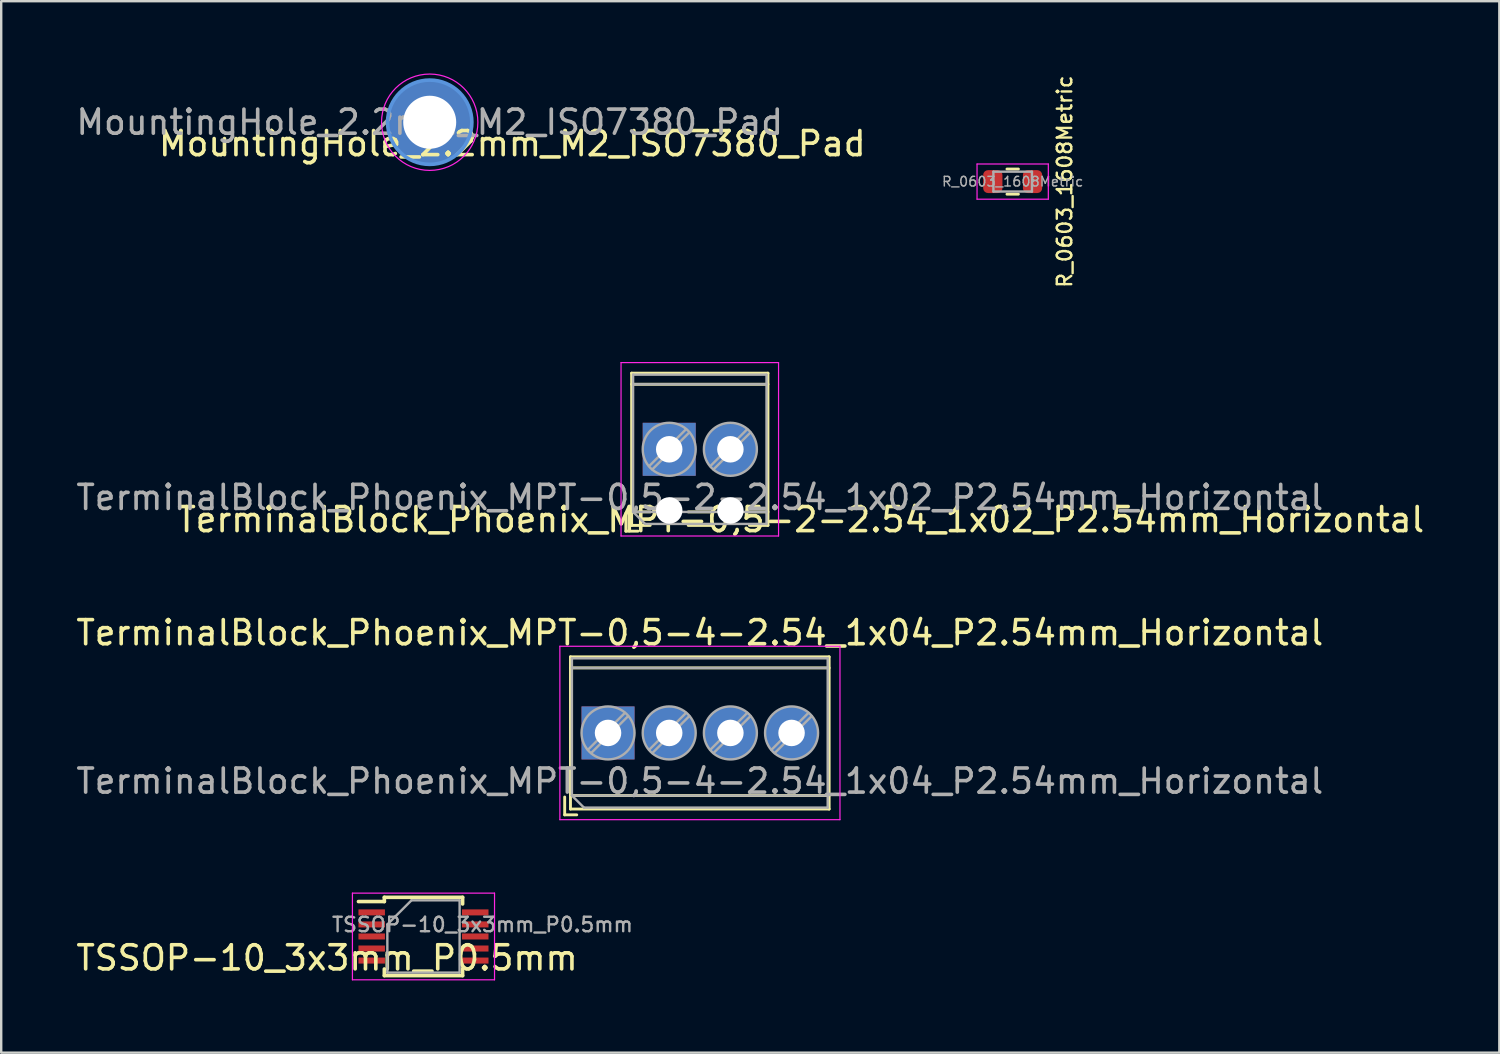
<source format=kicad_pcb>
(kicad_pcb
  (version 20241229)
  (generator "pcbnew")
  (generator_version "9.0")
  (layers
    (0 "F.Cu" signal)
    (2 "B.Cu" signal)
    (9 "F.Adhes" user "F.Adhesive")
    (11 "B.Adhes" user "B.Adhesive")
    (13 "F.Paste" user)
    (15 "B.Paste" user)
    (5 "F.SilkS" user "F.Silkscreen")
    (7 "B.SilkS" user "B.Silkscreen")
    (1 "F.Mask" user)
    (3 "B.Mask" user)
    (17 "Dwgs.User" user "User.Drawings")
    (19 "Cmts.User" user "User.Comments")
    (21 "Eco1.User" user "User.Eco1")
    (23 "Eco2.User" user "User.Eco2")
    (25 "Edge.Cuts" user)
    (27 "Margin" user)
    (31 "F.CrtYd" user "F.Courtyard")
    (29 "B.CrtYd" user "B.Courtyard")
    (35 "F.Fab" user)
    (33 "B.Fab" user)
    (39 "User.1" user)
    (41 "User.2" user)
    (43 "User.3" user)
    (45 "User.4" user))
  (footprint "MountingHole_2.2mm_M2_ISO7380_Pad"
    (layer "F.Cu")
    (at 14.792 2.025)
    (property "Reference" "MountingHole_2.2mm_M2_ISO7380_Pad" (at 3.43 0.89 0) (layer "F.SilkS") (effects (font (size 1 1) (thickness 0.15))))
    (attr exclude_from_pos_files)
    (fp_circle (center 0 0) (end 1.75 0) (stroke (width 0.15) (type solid)) (fill no) (layer "Cmts.User"))
    (fp_circle (center 0 0) (end 2 0) (stroke (width 0.05) (type solid)) (fill no) (layer "F.CrtYd"))
    (fp_text user "${REFERENCE}" (at 0 0 0) (layer "F.Fab") (effects (font (size 1 1) (thickness 0.15))))
    (pad "1" thru_hole circle (at 0 0) (size 3.5 3.5) (drill 2.2) (layers "*.Cu" "*.Mask")))
  (footprint "R_0603_1608Metric"
    (layer "F.Cu")
    (at 38.997 4.49)
    (property "Reference" "R_0603_1608Metric" (at 2.159 0 270) (layer "F.SilkS") (effects (font (size 0.6 0.6) (thickness 0.1) (bold yes))))
    (attr smd)
    (fp_line (start -0.237 -0.522) (end 0.237 -0.522) (stroke (width 0.12) (type solid)) (layer "F.SilkS"))
    (fp_line (start -0.237 0.522) (end 0.237 0.522) (stroke (width 0.12) (type solid)) (layer "F.SilkS"))
    (fp_line (start -1.48 -0.73) (end 1.48 -0.73) (stroke (width 0.05) (type solid)) (layer "F.CrtYd"))
    (fp_line (start -1.48 0.73) (end -1.48 -0.73) (stroke (width 0.05) (type solid)) (layer "F.CrtYd"))
    (fp_line (start 1.48 -0.73) (end 1.48 0.73) (stroke (width 0.05) (type solid)) (layer "F.CrtYd"))
    (fp_line (start 1.48 0.73) (end -1.48 0.73) (stroke (width 0.05) (type solid)) (layer "F.CrtYd"))
    (fp_line (start -0.8 -0.412) (end 0.8 -0.412) (stroke (width 0.1) (type solid)) (layer "F.Fab"))
    (fp_line (start -0.8 0.412) (end -0.8 -0.412) (stroke (width 0.1) (type solid)) (layer "F.Fab"))
    (fp_line (start 0.8 -0.412) (end 0.8 0.412) (stroke (width 0.1) (type solid)) (layer "F.Fab"))
    (fp_line (start 0.8 0.412) (end -0.8 0.412) (stroke (width 0.1) (type solid)) (layer "F.Fab"))
    (fp_text user "${REFERENCE}" (at 0 0 0) (layer "F.Fab") (effects (font (size 0.4 0.4) (thickness 0.06))))
    (pad "1" smd roundrect (at -0.825 0) (size 0.8 0.95) (layers "F.Cu" "F.Mask" "F.Paste") (roundrect_rratio 0.25))
    (pad "2" smd roundrect (at 0.825 0) (size 0.8 0.95) (layers "F.Cu" "F.Mask" "F.Paste") (roundrect_rratio 0.25)))
  (footprint "TSSOP-10_3x3mm_P0.5mm"
    (layer "F.Cu")
    (at 14.533 35.833)
    (property "Reference" "TSSOP-10_3x3mm_P0.5mm" (at -4.003 0.889 0) (layer "F.SilkS") (effects (font (size 1 1) (thickness 0.15))))
    (attr smd)
    (fp_line (start -1.625 -1.625) (end -1.625 -1.45) (stroke (width 0.15) (type solid)) (layer "F.SilkS"))
    (fp_line (start -1.625 -1.625) (end 1.625 -1.625) (stroke (width 0.15) (type solid)) (layer "F.SilkS"))
    (fp_line (start -1.625 -1.45) (end -2.7 -1.45) (stroke (width 0.15) (type solid)) (layer "F.SilkS"))
    (fp_line (start -1.625 1.625) (end -1.625 1.35) (stroke (width 0.15) (type solid)) (layer "F.SilkS"))
    (fp_line (start -1.625 1.625) (end 1.625 1.625) (stroke (width 0.15) (type solid)) (layer "F.SilkS"))
    (fp_line (start 1.625 -1.625) (end 1.625 -1.35) (stroke (width 0.15) (type solid)) (layer "F.SilkS"))
    (fp_line (start 1.625 1.625) (end 1.625 1.35) (stroke (width 0.15) (type solid)) (layer "F.SilkS"))
    (fp_line (start -2.95 -1.8) (end -2.95 1.8) (stroke (width 0.05) (type solid)) (layer "F.CrtYd"))
    (fp_line (start -2.95 -1.8) (end 2.95 -1.8) (stroke (width 0.05) (type solid)) (layer "F.CrtYd"))
    (fp_line (start -2.95 1.8) (end 2.95 1.8) (stroke (width 0.05) (type solid)) (layer "F.CrtYd"))
    (fp_line (start 2.95 -1.8) (end 2.95 1.8) (stroke (width 0.05) (type solid)) (layer "F.CrtYd"))
    (fp_line (start -1.5 -0.5) (end -0.5 -1.5) (stroke (width 0.1) (type solid)) (layer "F.Fab"))
    (fp_line (start -1.5 1.5) (end -1.5 -0.5) (stroke (width 0.1) (type solid)) (layer "F.Fab"))
    (fp_line (start -0.5 -1.5) (end 1.5 -1.5) (stroke (width 0.1) (type solid)) (layer "F.Fab"))
    (fp_line (start 1.5 -1.5) (end 1.5 1.5) (stroke (width 0.1) (type solid)) (layer "F.Fab"))
    (fp_line (start 1.5 1.5) (end -1.5 1.5) (stroke (width 0.1) (type solid)) (layer "F.Fab"))
    (fp_text user "${REFERENCE}" (at 2.449 -0.492 0) (layer "F.Fab") (effects (font (size 0.6 0.6) (thickness 0.1))))
    (pad "1" smd rect (at -2.15 -1) (size 1.1 0.25) (layers "F.Cu" "F.Mask" "F.Paste"))
    (pad "2" smd rect (at -2.15 -0.5) (size 1.1 0.25) (layers "F.Cu" "F.Mask" "F.Paste"))
    (pad "3" smd rect (at -2.15 0) (size 1.1 0.25) (layers "F.Cu" "F.Mask" "F.Paste"))
    (pad "4" smd rect (at -2.15 0.5) (size 1.1 0.25) (layers "F.Cu" "F.Mask" "F.Paste"))
    (pad "5" smd rect (at -2.15 1) (size 1.1 0.25) (layers "F.Cu" "F.Mask" "F.Paste"))
    (pad "6" smd rect (at 2.15 1) (size 1.1 0.25) (layers "F.Cu" "F.Mask" "F.Paste"))
    (pad "7" smd rect (at 2.15 0.5) (size 1.1 0.25) (layers "F.Cu" "F.Mask" "F.Paste"))
    (pad "8" smd rect (at 2.15 0) (size 1.1 0.25) (layers "F.Cu" "F.Mask" "F.Paste"))
    (pad "9" smd rect (at 2.15 -0.5) (size 1.1 0.25) (layers "F.Cu" "F.Mask" "F.Paste"))
    (pad "10" smd rect (at 2.15 -1) (size 1.1 0.25) (layers "F.Cu" "F.Mask" "F.Paste")))
  (footprint "TerminalBlock_Phoenix_MPT-0,5-4-2.54_1x04_P2.54mm_Horizontal"
    (layer "F.Cu")
    (at 22.263 27.45)
    (property "Reference" "TerminalBlock_Phoenix_MPT-0,5-4-2.54_1x04_P2.54mm_Horizontal" (at 3.743 -4.228 0) (layer "F.SilkS") (effects (font (size 1 1) (thickness 0.15))))
    (attr through_hole)
    (fp_line (start -1.867 2.592) (end -1.867 3.333) (stroke (width 0.12) (type solid)) (layer "F.SilkS"))
    (fp_line (start -1.867 3.333) (end -1.367 3.333) (stroke (width 0.12) (type solid)) (layer "F.SilkS"))
    (fp_line (start -1.627 -3.228) (end -1.627 3.092) (stroke (width 0.12) (type solid)) (layer "F.SilkS"))
    (fp_line (start -1.627 -3.228) (end 9.113 -3.228) (stroke (width 0.12) (type solid)) (layer "F.SilkS"))
    (fp_line (start -1.627 -2.768) (end 9.113 -2.768) (stroke (width 0.12) (type solid)) (layer "F.SilkS"))
    (fp_line (start -1.627 2.533) (end 9.113 2.533) (stroke (width 0.12) (type solid)) (layer "F.SilkS"))
    (fp_line (start -1.627 3.092) (end 9.113 3.092) (stroke (width 0.12) (type solid)) (layer "F.SilkS"))
    (fp_line (start 9.113 -3.228) (end 9.113 3.092) (stroke (width 0.12) (type solid)) (layer "F.SilkS"))
    (fp_line (start -2.067 -3.667) (end -2.067 3.533) (stroke (width 0.05) (type solid)) (layer "F.CrtYd"))
    (fp_line (start -2.067 3.533) (end 9.563 3.533) (stroke (width 0.05) (type solid)) (layer "F.CrtYd"))
    (fp_line (start 9.563 -3.667) (end -2.067 -3.667) (stroke (width 0.05) (type solid)) (layer "F.CrtYd"))
    (fp_line (start 9.563 3.533) (end 9.563 -3.667) (stroke (width 0.05) (type solid)) (layer "F.CrtYd"))
    (fp_line (start -1.567 -3.167) (end 9.053 -3.167) (stroke (width 0.1) (type solid)) (layer "F.Fab"))
    (fp_line (start -1.567 -2.768) (end 9.053 -2.768) (stroke (width 0.1) (type solid)) (layer "F.Fab"))
    (fp_line (start -1.567 2.533) (end -1.567 -3.167) (stroke (width 0.1) (type solid)) (layer "F.Fab"))
    (fp_line (start -1.567 2.533) (end 9.053 2.533) (stroke (width 0.1) (type solid)) (layer "F.Fab"))
    (fp_line (start -1.067 3.033) (end -1.567 2.533) (stroke (width 0.1) (type solid)) (layer "F.Fab"))
    (fp_line (start 0.634 -0.902) (end -0.902 0.632) (stroke (width 0.1) (type solid)) (layer "F.Fab"))
    (fp_line (start 0.768 -0.767) (end -0.768 0.767) (stroke (width 0.1) (type solid)) (layer "F.Fab"))
    (fp_line (start 3.174 -0.902) (end 1.639 0.632) (stroke (width 0.1) (type solid)) (layer "F.Fab"))
    (fp_line (start 3.308 -0.767) (end 1.773 0.767) (stroke (width 0.1) (type solid)) (layer "F.Fab"))
    (fp_line (start 5.714 -0.902) (end 4.179 0.632) (stroke (width 0.1) (type solid)) (layer "F.Fab"))
    (fp_line (start 5.848 -0.767) (end 4.313 0.767) (stroke (width 0.1) (type solid)) (layer "F.Fab"))
    (fp_line (start 8.254 -0.902) (end 6.719 0.632) (stroke (width 0.1) (type solid)) (layer "F.Fab"))
    (fp_line (start 8.388 -0.767) (end 6.853 0.767) (stroke (width 0.1) (type solid)) (layer "F.Fab"))
    (fp_line (start 9.053 -3.167) (end 9.053 3.033) (stroke (width 0.1) (type solid)) (layer "F.Fab"))
    (fp_line (start 9.053 3.033) (end -1.067 3.033) (stroke (width 0.1) (type solid)) (layer "F.Fab"))
    (fp_circle (center -0.067 -0.068) (end 1.033 -0.068) (stroke (width 0.1) (type solid)) (fill no) (layer "F.Fab"))
    (fp_circle (center 2.473 -0.068) (end 3.573 -0.068) (stroke (width 0.1) (type solid)) (fill no) (layer "F.Fab"))
    (fp_circle (center 5.013 -0.068) (end 6.113 -0.068) (stroke (width 0.1) (type solid)) (fill no) (layer "F.Fab"))
    (fp_circle (center 7.553 -0.068) (end 8.653 -0.068) (stroke (width 0.1) (type solid)) (fill no) (layer "F.Fab"))
    (fp_text user "${REFERENCE}" (at 3.743 1.933 0) (layer "F.Fab") (effects (font (size 1 1) (thickness 0.15))))
    (pad "1" thru_hole rect (at -0.067 -0.068) (size 2.2 2.2) (drill 1.1) (layers "*.Cu" "*.Mask"))
    (pad "2" thru_hole circle (at 2.473 -0.068) (size 2.2 2.2) (drill 1.1) (layers "*.Cu" "*.Mask"))
    (pad "3" thru_hole circle (at 5.013 -0.068) (size 2.2 2.2) (drill 1.1) (layers "*.Cu" "*.Mask"))
    (pad "4" thru_hole circle (at 7.553 -0.068) (size 2.2 2.2) (drill 1.1) (layers "*.Cu" "*.Mask")))
  (footprint "TerminalBlock_Phoenix_MPT-0,5-2-2.54_1x02_P2.54mm_Horizontal"
    (layer "F.Cu")
    (at 24.736 15.605)
    (property "Reference" "TerminalBlock_Phoenix_MPT-0,5-2-2.54_1x02_P2.54mm_Horizontal" (at 5.461 2.921 180) (layer "F.SilkS") (effects (font (size 1 1) (thickness 0.15))))
    (attr through_hole)
    (fp_line (start -1.8 2.66) (end -1.8 3.4) (stroke (width 0.12) (type solid)) (layer "F.SilkS"))
    (fp_line (start -1.8 3.4) (end -1.3 3.4) (stroke (width 0.12) (type solid)) (layer "F.SilkS"))
    (fp_line (start -1.56 -3.16) (end -1.56 3.16) (stroke (width 0.12) (type solid)) (layer "F.SilkS"))
    (fp_line (start -1.56 -3.16) (end 4.1 -3.16) (stroke (width 0.12) (type solid)) (layer "F.SilkS"))
    (fp_line (start -1.56 -2.7) (end 4.1 -2.7) (stroke (width 0.12) (type solid)) (layer "F.SilkS"))
    (fp_line (start -1.56 2.6) (end -0.79 2.6) (stroke (width 0.12) (type solid)) (layer "F.SilkS"))
    (fp_line (start -1.56 3.16) (end -0.79 3.16) (stroke (width 0.12) (type solid)) (layer "F.SilkS"))
    (fp_line (start 0.79 2.6) (end 1.75 2.6) (stroke (width 0.12) (type solid)) (layer "F.SilkS"))
    (fp_line (start 0.79 3.16) (end 1.75 3.16) (stroke (width 0.12) (type solid)) (layer "F.SilkS"))
    (fp_line (start 3.33 2.6) (end 4.1 2.6) (stroke (width 0.12) (type solid)) (layer "F.SilkS"))
    (fp_line (start 3.33 3.16) (end 4.1 3.16) (stroke (width 0.12) (type solid)) (layer "F.SilkS"))
    (fp_line (start 4.1 -3.16) (end 4.1 3.16) (stroke (width 0.12) (type solid)) (layer "F.SilkS"))
    (fp_line (start -2 -3.6) (end -2 3.6) (stroke (width 0.05) (type solid)) (layer "F.CrtYd"))
    (fp_line (start -2 3.6) (end 4.54 3.6) (stroke (width 0.05) (type solid)) (layer "F.CrtYd"))
    (fp_line (start 4.54 -3.6) (end -2 -3.6) (stroke (width 0.05) (type solid)) (layer "F.CrtYd"))
    (fp_line (start 4.54 3.6) (end 4.54 -3.6) (stroke (width 0.05) (type solid)) (layer "F.CrtYd"))
    (fp_line (start -1.5 -3.1) (end 4.04 -3.1) (stroke (width 0.1) (type solid)) (layer "F.Fab"))
    (fp_line (start -1.5 -2.7) (end 4.04 -2.7) (stroke (width 0.1) (type solid)) (layer "F.Fab"))
    (fp_line (start -1.5 2.6) (end -1.5 -3.1) (stroke (width 0.1) (type solid)) (layer "F.Fab"))
    (fp_line (start -1.5 2.6) (end 4.04 2.6) (stroke (width 0.1) (type solid)) (layer "F.Fab"))
    (fp_line (start -1 3.1) (end -1.5 2.6) (stroke (width 0.1) (type solid)) (layer "F.Fab"))
    (fp_line (start 0.701 -0.835) (end -0.835 0.7) (stroke (width 0.1) (type solid)) (layer "F.Fab"))
    (fp_line (start 0.835 -0.7) (end -0.701 0.835) (stroke (width 0.1) (type solid)) (layer "F.Fab"))
    (fp_line (start 3.241 -0.835) (end 1.706 0.7) (stroke (width 0.1) (type solid)) (layer "F.Fab"))
    (fp_line (start 3.375 -0.7) (end 1.84 0.835) (stroke (width 0.1) (type solid)) (layer "F.Fab"))
    (fp_line (start 4.04 -3.1) (end 4.04 3.1) (stroke (width 0.1) (type solid)) (layer "F.Fab"))
    (fp_line (start 4.04 3.1) (end -1 3.1) (stroke (width 0.1) (type solid)) (layer "F.Fab"))
    (fp_circle (center 0 0) (end 1.1 0) (stroke (width 0.1) (type solid)) (fill no) (layer "F.Fab"))
    (fp_circle (center 2.54 0) (end 3.64 0) (stroke (width 0.1) (type solid)) (fill no) (layer "F.Fab"))
    (fp_text user "${REFERENCE}" (at 1.27 2 180) (layer "F.Fab") (effects (font (size 1 1) (thickness 0.15))))
    (pad "" np_thru_hole circle (at 0 2.54) (size 1.1 1.1) (drill 1.1) (layers "*.Cu" "*.Mask"))
    (pad "" np_thru_hole circle (at 2.54 2.54) (size 1.1 1.1) (drill 1.1) (layers "*.Cu" "*.Mask"))
    (pad "1" thru_hole rect (at 0 0) (size 2.2 2.2) (drill 1.1) (layers "*.Cu" "*.Mask"))
    (pad "2" thru_hole circle (at 2.54 0) (size 2.2 2.2) (drill 1.1) (layers "*.Cu" "*.Mask")))
  (gr_rect
    (start -3 -3)
    (end 59.203 40.658)
    (stroke (width 0.1) (type default))
    (fill no)
    (layer "Edge.Cuts")))
</source>
